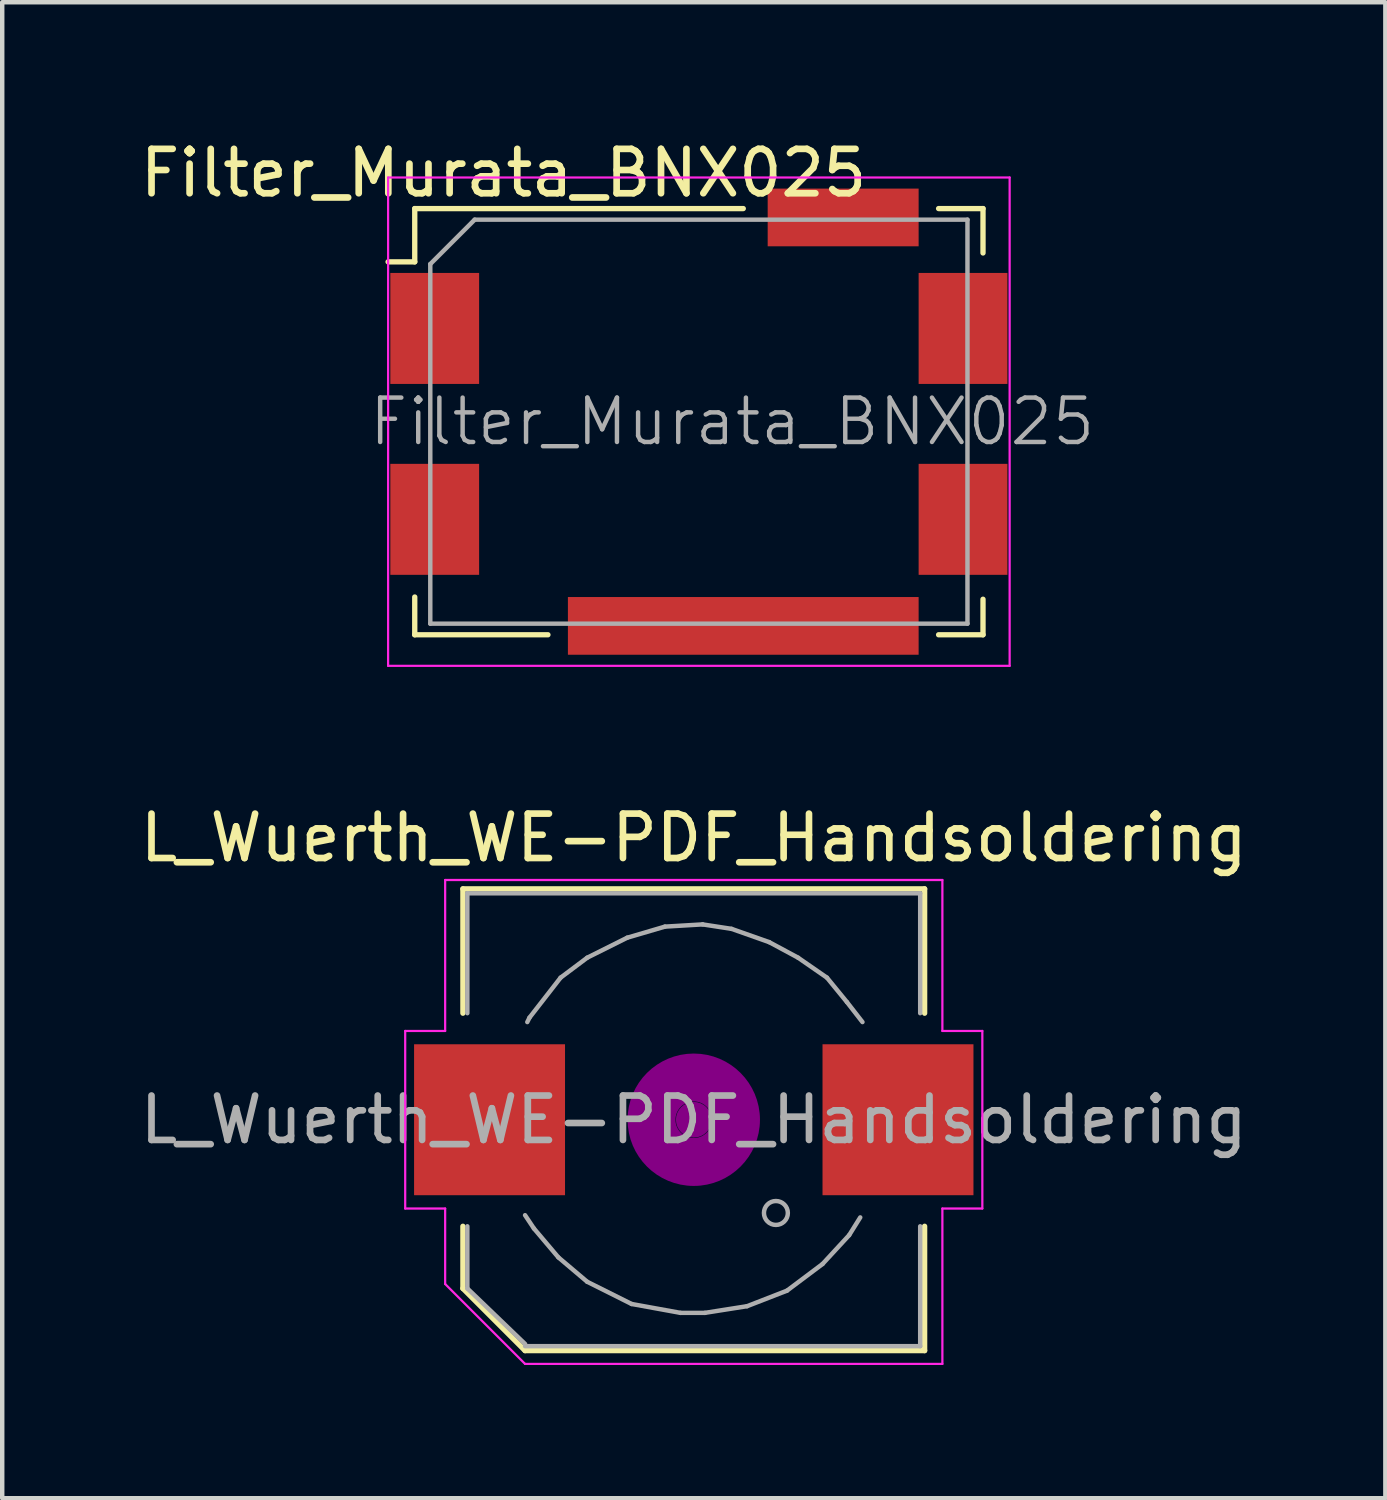
<source format=kicad_pcb>
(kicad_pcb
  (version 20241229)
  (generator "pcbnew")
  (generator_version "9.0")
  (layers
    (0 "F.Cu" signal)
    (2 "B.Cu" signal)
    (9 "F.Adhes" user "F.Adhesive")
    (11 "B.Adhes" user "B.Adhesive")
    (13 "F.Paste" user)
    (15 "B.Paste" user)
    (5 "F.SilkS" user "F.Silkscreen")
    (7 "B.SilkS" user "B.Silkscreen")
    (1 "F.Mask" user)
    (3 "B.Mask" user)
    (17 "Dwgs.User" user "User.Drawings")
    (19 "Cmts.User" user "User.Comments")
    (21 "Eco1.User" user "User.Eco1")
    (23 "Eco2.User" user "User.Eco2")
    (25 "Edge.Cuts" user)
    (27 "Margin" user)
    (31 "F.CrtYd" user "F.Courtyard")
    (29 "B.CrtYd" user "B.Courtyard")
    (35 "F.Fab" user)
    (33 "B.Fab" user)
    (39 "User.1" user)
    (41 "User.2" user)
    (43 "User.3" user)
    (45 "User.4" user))
  (footprint "L_Wuerth_WE-PDF_Handsoldering"
    (layer "F.Cu")
    (at 12.577 22.172)
    (property "Reference" "L_Wuerth_WE-PDF_Handsoldering" (at 0 -6.35 0) (layer "F.SilkS") (effects (font (size 1 1) (thickness 0.15))))
    (attr smd)
    (fp_line (start -5.2 -5.2) (end 5.2 -5.2) (stroke (width 0.12) (type solid)) (layer "F.SilkS"))
    (fp_line (start -5.2 -2.4) (end -5.2 -5.2) (stroke (width 0.12) (type solid)) (layer "F.SilkS"))
    (fp_line (start -5.2 3.8) (end -5.2 2.4) (stroke (width 0.12) (type solid)) (layer "F.SilkS"))
    (fp_line (start -3.8 5.2) (end -5.2 3.8) (stroke (width 0.12) (type solid)) (layer "F.SilkS"))
    (fp_line (start 5.2 -5.2) (end 5.2 -2.4) (stroke (width 0.12) (type solid)) (layer "F.SilkS"))
    (fp_line (start 5.2 2.4) (end 5.2 5.2) (stroke (width 0.12) (type solid)) (layer "F.SilkS"))
    (fp_line (start 5.2 5.2) (end -3.8 5.2) (stroke (width 0.12) (type solid)) (layer "F.SilkS"))
    (fp_circle (center 0 0) (end 0.15 0.15) (stroke (width 0.38) (type solid)) (fill no) (layer "F.Adhes"))
    (fp_circle (center 0 0) (end 0.6 0.05) (stroke (width 0.38) (type solid)) (fill no) (layer "F.Adhes"))
    (fp_circle (center 0 0) (end 0.95 0) (stroke (width 0.38) (type solid)) (fill no) (layer "F.Adhes"))
    (fp_circle (center 0 0) (end 1.3 0.05) (stroke (width 0.38) (type solid)) (fill no) (layer "F.Adhes"))
    (fp_line (start -6.5 -2) (end -5.6 -2) (stroke (width 0.05) (type solid)) (layer "F.CrtYd"))
    (fp_line (start -6.5 2) (end -6.5 -2) (stroke (width 0.05) (type solid)) (layer "F.CrtYd"))
    (fp_line (start -5.6 -5.4) (end 5.6 -5.4) (stroke (width 0.05) (type solid)) (layer "F.CrtYd"))
    (fp_line (start -5.6 -2) (end -5.6 -5.4) (stroke (width 0.05) (type solid)) (layer "F.CrtYd"))
    (fp_line (start -5.6 2) (end -6.5 2) (stroke (width 0.05) (type solid)) (layer "F.CrtYd"))
    (fp_line (start -5.6 3.7) (end -5.6 2) (stroke (width 0.05) (type solid)) (layer "F.CrtYd"))
    (fp_line (start -3.8 5.5) (end -5.6 3.7) (stroke (width 0.05) (type solid)) (layer "F.CrtYd"))
    (fp_line (start 5.6 -5.4) (end 5.6 -2) (stroke (width 0.05) (type solid)) (layer "F.CrtYd"))
    (fp_line (start 5.6 -2) (end 6.5 -2) (stroke (width 0.05) (type solid)) (layer "F.CrtYd"))
    (fp_line (start 5.6 2) (end 5.6 5.5) (stroke (width 0.05) (type solid)) (layer "F.CrtYd"))
    (fp_line (start 5.6 5.5) (end -3.8 5.5) (stroke (width 0.05) (type solid)) (layer "F.CrtYd"))
    (fp_line (start 6.5 -2) (end 6.5 2) (stroke (width 0.05) (type solid)) (layer "F.CrtYd"))
    (fp_line (start 6.5 2) (end 5.6 2) (stroke (width 0.05) (type solid)) (layer "F.CrtYd"))
    (fp_line (start -5.1 -5.1) (end -5.1 -2.4) (stroke (width 0.1) (type solid)) (layer "F.Fab"))
    (fp_line (start -5.1 2.4) (end -5.1 3.8) (stroke (width 0.1) (type solid)) (layer "F.Fab"))
    (fp_line (start -5.1 3.8) (end -3.8 5.05) (stroke (width 0.1) (type solid)) (layer "F.Fab"))
    (fp_line (start -3.8 2.15) (end -3.6 2.45) (stroke (width 0.1) (type solid)) (layer "F.Fab"))
    (fp_line (start -3.7 -2.3) (end -3.75 -2.2) (stroke (width 0.1) (type solid)) (layer "F.Fab"))
    (fp_line (start -3.6 2.45) (end -3.05 3.1) (stroke (width 0.1) (type solid)) (layer "F.Fab"))
    (fp_line (start -3.05 3.1) (end -2.4 3.65) (stroke (width 0.1) (type solid)) (layer "F.Fab"))
    (fp_line (start -3 -3.2) (end -3.7 -2.3) (stroke (width 0.1) (type solid)) (layer "F.Fab"))
    (fp_line (start -2.4 -3.65) (end -3 -3.2) (stroke (width 0.1) (type solid)) (layer "F.Fab"))
    (fp_line (start -2.4 3.65) (end -1.4 4.15) (stroke (width 0.1) (type solid)) (layer "F.Fab"))
    (fp_line (start -1.5 -4.1) (end -2.4 -3.65) (stroke (width 0.1) (type solid)) (layer "F.Fab"))
    (fp_line (start -1.4 4.15) (end -0.3 4.35) (stroke (width 0.1) (type solid)) (layer "F.Fab"))
    (fp_line (start -0.65 -4.35) (end -1.5 -4.1) (stroke (width 0.1) (type solid)) (layer "F.Fab"))
    (fp_line (start -0.3 4.35) (end 0.25 4.35) (stroke (width 0.1) (type solid)) (layer "F.Fab"))
    (fp_line (start 0.2 -4.4) (end -0.65 -4.35) (stroke (width 0.1) (type solid)) (layer "F.Fab"))
    (fp_line (start 0.25 4.35) (end 1.2 4.2) (stroke (width 0.1) (type solid)) (layer "F.Fab"))
    (fp_line (start 0.85 -4.3) (end 0.2 -4.4) (stroke (width 0.1) (type solid)) (layer "F.Fab"))
    (fp_line (start 1.2 4.2) (end 2.1 3.85) (stroke (width 0.1) (type solid)) (layer "F.Fab"))
    (fp_line (start 1.7 -4) (end 0.85 -4.3) (stroke (width 0.1) (type solid)) (layer "F.Fab"))
    (fp_line (start 2.1 3.85) (end 2.9 3.25) (stroke (width 0.1) (type solid)) (layer "F.Fab"))
    (fp_line (start 2.35 -3.65) (end 1.7 -4) (stroke (width 0.1) (type solid)) (layer "F.Fab"))
    (fp_line (start 2.9 3.25) (end 3.5 2.6) (stroke (width 0.1) (type solid)) (layer "F.Fab"))
    (fp_line (start 3 -3.2) (end 2.35 -3.65) (stroke (width 0.1) (type solid)) (layer "F.Fab"))
    (fp_line (start 3.45 -2.65) (end 3 -3.2) (stroke (width 0.1) (type solid)) (layer "F.Fab"))
    (fp_line (start 3.5 2.6) (end 3.75 2.2) (stroke (width 0.1) (type solid)) (layer "F.Fab"))
    (fp_line (start 3.8 -2.2) (end 3.45 -2.65) (stroke (width 0.1) (type solid)) (layer "F.Fab"))
    (fp_line (start 5.1 -5.1) (end -5.1 -5.1) (stroke (width 0.1) (type solid)) (layer "F.Fab"))
    (fp_line (start 5.1 -5.1) (end 5.1 -2.4) (stroke (width 0.1) (type solid)) (layer "F.Fab"))
    (fp_line (start 5.1 5.1) (end -3.8 5.1) (stroke (width 0.1) (type solid)) (layer "F.Fab"))
    (fp_line (start 5.1 5.1) (end 5.1 2.4) (stroke (width 0.1) (type solid)) (layer "F.Fab"))
    (fp_circle (center 1.85 2.1) (end 2.1 2.2) (stroke (width 0.1) (type solid)) (fill no) (layer "F.Fab"))
    (fp_text user "${REFERENCE}" (at 0 0 0) (layer "F.Fab") (effects (font (size 1 1) (thickness 0.15))))
    (pad "1" smd rect (at -4.6 0) (size 3.4 3.4) (layers "F.Cu" "F.Mask" "F.Paste"))
    (pad "2" smd rect (at 4.6 0) (size 3.4 3.4) (layers "F.Cu" "F.Mask" "F.Paste")))
  (footprint "Filter_Murata_BNX025"
    (layer "F.Cu")
    (at 12.692 6.448)
    (property "Reference" "Filter_Murata_BNX025" (at -4.4 -5.6 180) (layer "F.SilkS") (effects (font (size 1 1) (thickness 0.15))))
    (attr smd)
    (fp_line (start -6.4 -3.6) (end -7 -3.6) (stroke (width 0.12) (type solid)) (layer "F.SilkS"))
    (fp_line (start -6.4 -3.6) (end -6.4 -4.8) (stroke (width 0.12) (type solid)) (layer "F.SilkS"))
    (fp_line (start -6.4 4.8) (end -6.4 3.95) (stroke (width 0.12) (type solid)) (layer "F.SilkS"))
    (fp_line (start -3.4 4.8) (end -6.4 4.8) (stroke (width 0.12) (type solid)) (layer "F.SilkS"))
    (fp_line (start 1 -4.8) (end -6.4 -4.8) (stroke (width 0.12) (type solid)) (layer "F.SilkS"))
    (fp_line (start 5.4 4.8) (end 6.4 4.8) (stroke (width 0.12) (type solid)) (layer "F.SilkS"))
    (fp_line (start 6.4 -4.8) (end 5.4 -4.8) (stroke (width 0.12) (type solid)) (layer "F.SilkS"))
    (fp_line (start 6.4 -3.8) (end 6.4 -4.8) (stroke (width 0.12) (type solid)) (layer "F.SilkS"))
    (fp_line (start 6.4 4.8) (end 6.4 4) (stroke (width 0.12) (type solid)) (layer "F.SilkS"))
    (fp_line (start -7 -5.5) (end -7 5.5) (stroke (width 0.05) (type solid)) (layer "F.CrtYd"))
    (fp_line (start -7 -5.5) (end 7 -5.5) (stroke (width 0.05) (type solid)) (layer "F.CrtYd"))
    (fp_line (start 7 5.5) (end -7 5.5) (stroke (width 0.05) (type solid)) (layer "F.CrtYd"))
    (fp_line (start 7 5.5) (end 7 -5.5) (stroke (width 0.05) (type solid)) (layer "F.CrtYd"))
    (fp_line (start -6.05 4.55) (end -6.05 -3.55) (stroke (width 0.1) (type solid)) (layer "F.Fab"))
    (fp_line (start -5.05 -4.55) (end -6.05 -3.55) (stroke (width 0.1) (type solid)) (layer "F.Fab"))
    (fp_line (start -5.05 -4.55) (end 6.05 -4.55) (stroke (width 0.1) (type solid)) (layer "F.Fab"))
    (fp_line (start 6.05 -4.55) (end 6.05 4.55) (stroke (width 0.1) (type solid)) (layer "F.Fab"))
    (fp_line (start 6.05 4.55) (end -6.05 4.55) (stroke (width 0.1) (type solid)) (layer "F.Fab"))
    (fp_text user "${REFERENCE}" (at 0.75 0 0) (layer "F.Fab") (effects (font (size 1 1) (thickness 0.1))))
    (pad "1" smd rect (at -5.95 -2.1) (size 2 2.5) (layers "F.Cu" "F.Mask" "F.Paste"))
    (pad "2" smd rect (at 5.95 -2.1) (size 2 2.5) (layers "F.Cu" "F.Mask" "F.Paste"))
    (pad "3" smd rect (at -5.95 2.2) (size 2 2.5) (layers "F.Cu" "F.Mask" "F.Paste"))
    (pad "4" smd rect (at 1 4.6) (size 7.9 1.3) (layers "F.Cu" "F.Mask" "F.Paste"))
    (pad "4" smd rect (at 3.25 -4.6) (size 3.4 1.3) (layers "F.Cu" "F.Mask" "F.Paste"))
    (pad "4" smd rect (at 5.95 2.2) (size 2 2.5) (layers "F.Cu" "F.Mask" "F.Paste")))
  (gr_rect
    (start -3 -3)
    (end 28.155 30.697)
    (stroke (width 0.1) (type default))
    (fill no)
    (layer "Edge.Cuts")))
</source>
